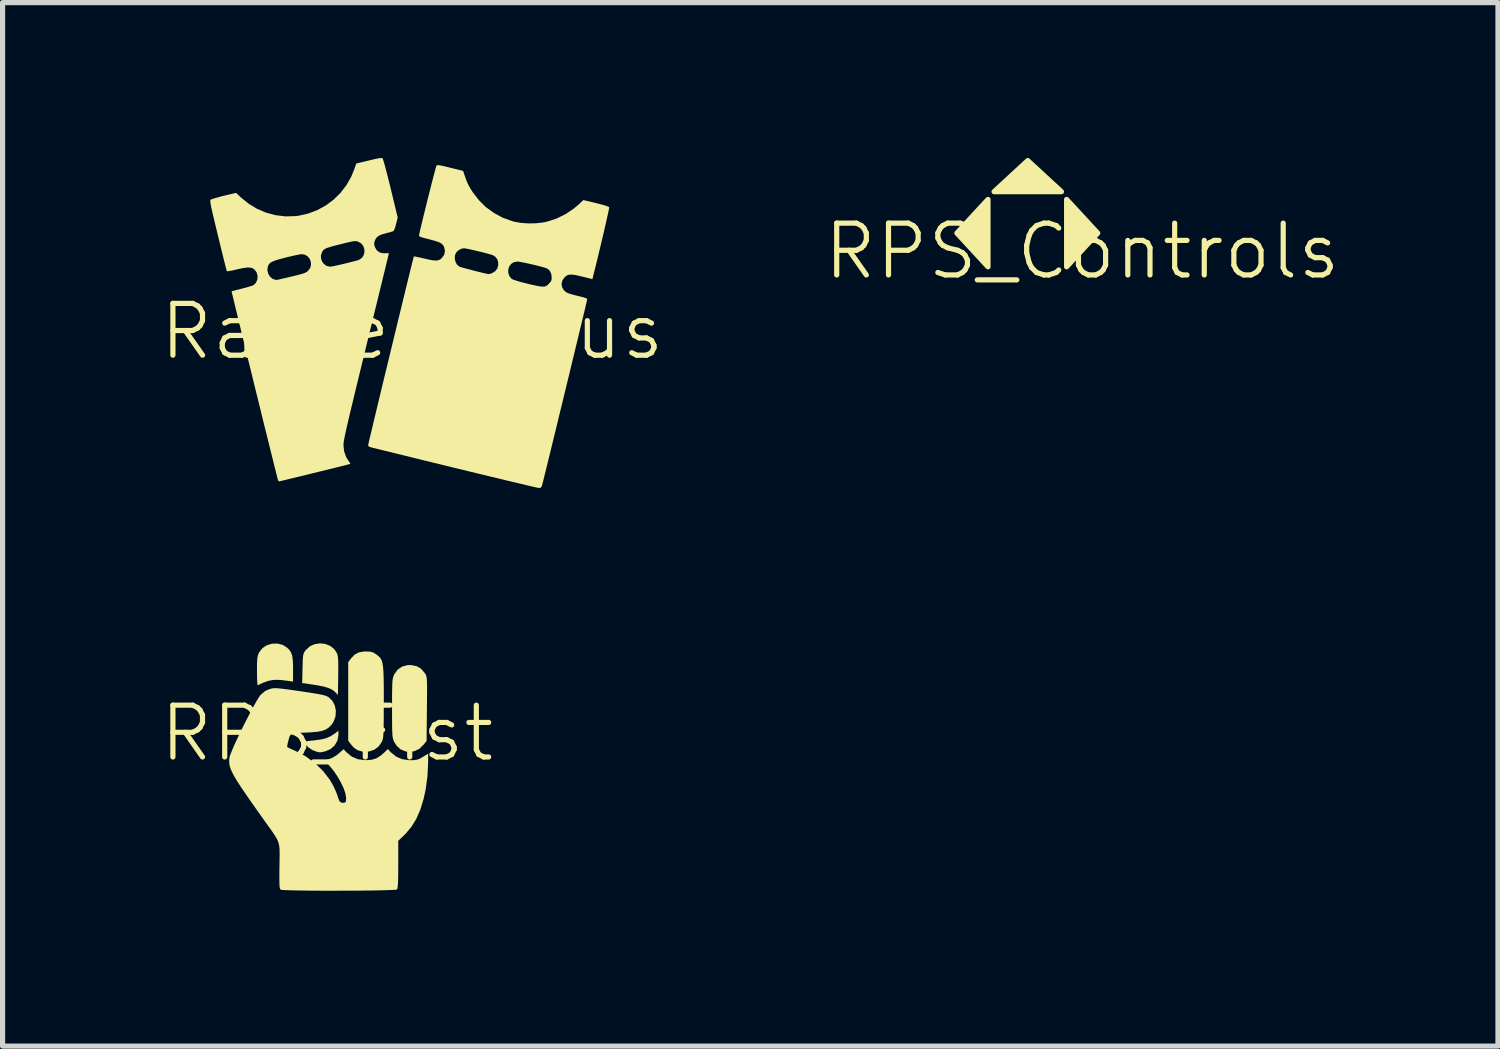
<source format=kicad_pcb>
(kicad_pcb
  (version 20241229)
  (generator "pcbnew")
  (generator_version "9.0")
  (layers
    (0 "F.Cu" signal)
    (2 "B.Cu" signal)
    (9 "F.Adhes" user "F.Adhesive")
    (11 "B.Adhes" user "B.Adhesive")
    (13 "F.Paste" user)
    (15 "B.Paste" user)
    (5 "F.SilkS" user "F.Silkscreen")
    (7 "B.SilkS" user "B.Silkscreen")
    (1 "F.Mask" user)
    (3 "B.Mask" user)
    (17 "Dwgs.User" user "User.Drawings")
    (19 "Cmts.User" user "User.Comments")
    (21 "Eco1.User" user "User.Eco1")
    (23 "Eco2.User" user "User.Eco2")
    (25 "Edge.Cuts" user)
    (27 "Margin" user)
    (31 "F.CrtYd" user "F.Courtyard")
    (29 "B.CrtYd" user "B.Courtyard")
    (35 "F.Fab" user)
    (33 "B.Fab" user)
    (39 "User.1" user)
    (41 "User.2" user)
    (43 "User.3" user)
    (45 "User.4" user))
  (footprint "Raffle Bonus"
    (layer "F.Cu")
    (at 4.907 3.849)
    (property "Reference" "Raffle Bonus" (at 0 -0.5 0) (unlocked yes) (layer "F.SilkS") (effects (font (size 1 1) (thickness 0.1))))
    (attr smd)
    (fp_poly (pts (xy -0.573 -3.844) (xy -0.573 -3.844) (xy -0.565 -3.827) (xy -0.552 -3.785) (xy -0.533 -3.722) (xy -0.511 -3.639) (xy -0.485 -3.54) (xy -0.457 -3.428) (xy -0.426 -3.306) (xy -0.416 -3.264) (xy -0.28 -2.7) (xy -0.31 -2.579) (xy -0.325 -2.522) (xy -0.341 -2.475) (xy -0.355 -2.446) (xy -0.359 -2.441) (xy -0.381 -2.431) (xy -0.424 -2.418) (xy -0.478 -2.404) (xy -0.492 -2.401) (xy -0.58 -2.377) (xy -0.644 -2.349) (xy -0.688 -2.312) (xy -0.717 -2.265) (xy -0.721 -2.253) (xy -0.733 -2.21) (xy -0.733 -2.175) (xy -0.721 -2.133) (xy -0.686 -2.069) (xy -0.633 -2.028) (xy -0.564 -2.01) (xy -0.525 -2.01) (xy -0.483 -2.011) (xy -0.456 -2.011) (xy -0.45 -2.009) (xy -0.453 -1.995) (xy -0.463 -1.955) (xy -0.479 -1.89) (xy -0.5 -1.802) (xy -0.526 -1.694) (xy -0.558 -1.565) (xy -0.593 -1.419) (xy -0.633 -1.256) (xy -0.676 -1.079) (xy -0.723 -0.889) (xy -0.772 -0.687) (xy -0.824 -0.476) (xy -0.877 -0.257) (xy -0.889 -0.209) (xy -0.953 0.055) (xy -1.011 0.293) (xy -1.063 0.506) (xy -1.109 0.696) (xy -1.149 0.864) (xy -1.185 1.011) (xy -1.215 1.139) (xy -1.241 1.25) (xy -1.263 1.345) (xy -1.281 1.425) (xy -1.295 1.491) (xy -1.306 1.546) (xy -1.315 1.591) (xy -1.321 1.627) (xy -1.324 1.655) (xy -1.326 1.677) (xy -1.327 1.693) (xy -1.314 1.814) (xy -1.276 1.922) (xy -1.229 1.999) (xy -1.206 2.031) (xy -1.195 2.052) (xy -1.194 2.056) (xy -1.209 2.06) (xy -1.248 2.07) (xy -1.308 2.086) (xy -1.386 2.105) (xy -1.479 2.128) (xy -1.583 2.154) (xy -1.696 2.182) (xy -1.814 2.211) (xy -1.934 2.24) (xy -2.052 2.269) (xy -2.166 2.297) (xy -2.272 2.323) (xy -2.366 2.345) (xy -2.446 2.365) (xy -2.509 2.38) (xy -2.55 2.389) (xy -2.568 2.393) (xy -2.568 2.393) (xy -2.583 2.383) (xy -2.588 2.375) (xy -2.593 2.36) (xy -2.604 2.319) (xy -2.62 2.254) (xy -2.642 2.168) (xy -2.669 2.062) (xy -2.699 1.938) (xy -2.734 1.798) (xy -2.772 1.645) (xy -2.813 1.479) (xy -2.857 1.304) (xy -2.902 1.121) (xy -2.948 0.932) (xy -2.996 0.739) (xy -3.044 0.544) (xy -3.091 0.35) (xy -3.139 0.157) (xy -3.185 -0.032) (xy -3.23 -0.214) (xy -3.272 -0.389) (xy -3.312 -0.554) (xy -3.35 -0.706) (xy -3.383 -0.845) (xy -3.413 -0.968) (xy -3.438 -1.073) (xy -3.459 -1.158) (xy -3.474 -1.222) (xy -3.483 -1.261) (xy -3.486 -1.275) (xy -3.472 -1.28) (xy -3.435 -1.29) (xy -3.38 -1.304) (xy -3.313 -1.32) (xy -3.289 -1.327) (xy -3.215 -1.346) (xy -3.149 -1.365) (xy -3.097 -1.381) (xy -3.064 -1.394) (xy -3.06 -1.397) (xy -3.016 -1.441) (xy -2.99 -1.501) (xy -2.984 -1.567) (xy -3 -1.632) (xy -3.014 -1.658) (xy -3.023 -1.669) (xy -2.794 -1.669) (xy -2.775 -1.607) (xy -2.74 -1.553) (xy -2.692 -1.515) (xy -2.658 -1.503) (xy -2.631 -1.497) (xy -2.621 -1.495) (xy -2.606 -1.497) (xy -2.567 -1.505) (xy -2.509 -1.519) (xy -2.436 -1.535) (xy -2.353 -1.555) (xy -2.337 -1.559) (xy -2.24 -1.582) (xy -2.167 -1.601) (xy -2.112 -1.617) (xy -2.073 -1.631) (xy -2.045 -1.645) (xy -2.023 -1.659) (xy -2.011 -1.67) (xy -1.97 -1.724) (xy -1.953 -1.785) (xy -1.957 -1.846) (xy -1.979 -1.904) (xy -1.988 -1.914) (xy -1.761 -1.914) (xy -1.741 -1.853) (xy -1.703 -1.802) (xy -1.651 -1.765) (xy -1.586 -1.751) (xy -1.584 -1.751) (xy -1.56 -1.754) (xy -1.514 -1.762) (xy -1.451 -1.776) (xy -1.376 -1.793) (xy -1.312 -1.808) (xy -1.23 -1.828) (xy -1.156 -1.847) (xy -1.093 -1.863) (xy -1.049 -1.875) (xy -1.032 -1.881) (xy -0.976 -1.916) (xy -0.94 -1.966) (xy -0.922 -2.025) (xy -0.924 -2.088) (xy -0.943 -2.147) (xy -0.981 -2.197) (xy -1.038 -2.232) (xy -1.044 -2.234) (xy -1.067 -2.241) (xy -1.089 -2.245) (xy -1.115 -2.244) (xy -1.151 -2.239) (xy -1.201 -2.229) (xy -1.27 -2.213) (xy -1.351 -2.193) (xy -1.459 -2.166) (xy -1.543 -2.144) (xy -1.607 -2.125) (xy -1.653 -2.109) (xy -1.686 -2.093) (xy -1.709 -2.076) (xy -1.726 -2.058) (xy -1.735 -2.043) (xy -1.76 -1.98) (xy -1.761 -1.914) (xy -1.988 -1.914) (xy -2.019 -1.951) (xy -2.073 -1.983) (xy -2.133 -1.993) (xy -2.161 -1.989) (xy -2.212 -1.98) (xy -2.28 -1.966) (xy -2.36 -1.947) (xy -2.44 -1.928) (xy -2.546 -1.9) (xy -2.627 -1.877) (xy -2.687 -1.854) (xy -2.73 -1.832) (xy -2.759 -1.807) (xy -2.778 -1.777) (xy -2.79 -1.741) (xy -2.792 -1.733) (xy -2.794 -1.669) (xy -3.023 -1.669) (xy -3.044 -1.696) (xy -3.08 -1.72) (xy -3.126 -1.733) (xy -3.185 -1.735) (xy -3.262 -1.725) (xy -3.36 -1.704) (xy -3.4 -1.695) (xy -3.466 -1.679) (xy -3.521 -1.669) (xy -3.561 -1.663) (xy -3.578 -1.664) (xy -3.579 -1.664) (xy -3.583 -1.68) (xy -3.594 -1.721) (xy -3.61 -1.784) (xy -3.631 -1.867) (xy -3.656 -1.967) (xy -3.684 -2.081) (xy -3.714 -2.206) (xy -3.747 -2.339) (xy -3.749 -2.349) (xy -3.787 -2.505) (xy -3.818 -2.636) (xy -3.844 -2.743) (xy -3.864 -2.83) (xy -3.879 -2.898) (xy -3.889 -2.95) (xy -3.895 -2.988) (xy -3.898 -3.014) (xy -3.897 -3.031) (xy -3.894 -3.04) (xy -3.892 -3.043) (xy -3.872 -3.053) (xy -3.829 -3.067) (xy -3.768 -3.085) (xy -3.695 -3.105) (xy -3.636 -3.12) (xy -3.401 -3.176) (xy -3.307 -3.088) (xy -3.158 -2.967) (xy -2.995 -2.868) (xy -2.82 -2.794) (xy -2.637 -2.745) (xy -2.449 -2.722) (xy -2.259 -2.727) (xy -2.195 -2.734) (xy -2.009 -2.776) (xy -1.832 -2.843) (xy -1.666 -2.934) (xy -1.516 -3.046) (xy -1.382 -3.178) (xy -1.267 -3.328) (xy -1.174 -3.494) (xy -1.12 -3.627) (xy -1.079 -3.743) (xy -0.836 -3.801) (xy -0.74 -3.824) (xy -0.67 -3.839) (xy -0.62 -3.847) (xy -0.589 -3.849)) (stroke (width 0) (type solid)) (fill yes) (layer "F.SilkS"))
    (fp_poly (pts (xy 0.536 -3.707) (xy 0.587 -3.697) (xy 0.659 -3.68) (xy 0.736 -3.661) (xy 0.983 -3.6) (xy 1.014 -3.507) (xy 1.043 -3.425) (xy 1.07 -3.359) (xy 1.101 -3.299) (xy 1.139 -3.235) (xy 1.169 -3.189) (xy 1.287 -3.035) (xy 1.424 -2.9) (xy 1.58 -2.787) (xy 1.749 -2.696) (xy 1.931 -2.63) (xy 1.973 -2.619) (xy 2.1 -2.596) (xy 2.242 -2.586) (xy 2.388 -2.589) (xy 2.525 -2.604) (xy 2.599 -2.619) (xy 2.784 -2.679) (xy 2.96 -2.765) (xy 3.123 -2.875) (xy 3.224 -2.961) (xy 3.304 -3.037) (xy 3.55 -2.978) (xy 3.653 -2.952) (xy 3.73 -2.93) (xy 3.78 -2.912) (xy 3.802 -2.899) (xy 3.803 -2.897) (xy 3.801 -2.88) (xy 3.793 -2.839) (xy 3.78 -2.775) (xy 3.761 -2.693) (xy 3.739 -2.594) (xy 3.714 -2.483) (xy 3.686 -2.362) (xy 3.655 -2.234) (xy 3.624 -2.102) (xy 3.592 -1.969) (xy 3.56 -1.838) (xy 3.529 -1.712) (xy 3.499 -1.594) (xy 3.492 -1.563) (xy 3.479 -1.511) (xy 3.282 -1.56) (xy 3.187 -1.582) (xy 3.115 -1.595) (xy 3.06 -1.599) (xy 3.018 -1.594) (xy 2.983 -1.579) (xy 2.951 -1.554) (xy 2.941 -1.544) (xy 2.899 -1.485) (xy 2.883 -1.42) (xy 2.893 -1.356) (xy 2.927 -1.297) (xy 2.973 -1.257) (xy 3.004 -1.242) (xy 3.056 -1.224) (xy 3.122 -1.205) (xy 3.194 -1.187) (xy 3.198 -1.186) (xy 3.277 -1.167) (xy 3.331 -1.152) (xy 3.363 -1.139) (xy 3.377 -1.127) (xy 3.379 -1.123) (xy 3.375 -1.107) (xy 3.366 -1.065) (xy 3.35 -0.999) (xy 3.33 -0.912) (xy 3.304 -0.805) (xy 3.274 -0.68) (xy 3.24 -0.54) (xy 3.203 -0.386) (xy 3.163 -0.22) (xy 3.121 -0.044) (xy 3.076 0.139) (xy 3.031 0.328) (xy 2.984 0.52) (xy 2.937 0.714) (xy 2.89 0.908) (xy 2.843 1.099) (xy 2.798 1.286) (xy 2.754 1.466) (xy 2.712 1.638) (xy 2.673 1.8) (xy 2.636 1.949) (xy 2.603 2.083) (xy 2.574 2.202) (xy 2.549 2.301) (xy 2.53 2.381) (xy 2.515 2.437) (xy 2.507 2.469) (xy 2.505 2.475) (xy 2.491 2.507) (xy 2.469 2.519) (xy 2.445 2.52) (xy 2.426 2.517) (xy 2.38 2.507) (xy 2.31 2.491) (xy 2.218 2.47) (xy 2.106 2.443) (xy 1.975 2.412) (xy 1.826 2.377) (xy 1.663 2.337) (xy 1.486 2.295) (xy 1.298 2.249) (xy 1.1 2.201) (xy 0.894 2.151) (xy 0.807 2.13) (xy 0.599 2.079) (xy 0.398 2.03) (xy 0.206 1.983) (xy 0.025 1.938) (xy -0.143 1.897) (xy -0.297 1.859) (xy -0.434 1.825) (xy -0.554 1.796) (xy -0.653 1.771) (xy -0.73 1.752) (xy -0.785 1.739) (xy -0.814 1.731) (xy -0.818 1.73) (xy -0.843 1.713) (xy -0.851 1.695) (xy -0.847 1.679) (xy -0.838 1.638) (xy -0.823 1.572) (xy -0.802 1.485) (xy -0.776 1.378) (xy -0.747 1.253) (xy -0.713 1.113) (xy -0.676 0.959) (xy -0.636 0.793) (xy -0.594 0.617) (xy -0.55 0.433) (xy -0.504 0.244) (xy -0.457 0.051) (xy -0.41 -0.144) (xy -0.363 -0.339) (xy -0.316 -0.531) (xy -0.271 -0.72) (xy -0.226 -0.902) (xy -0.184 -1.076) (xy -0.144 -1.24) (xy -0.107 -1.392) (xy -0.073 -1.53) (xy -0.043 -1.652) (xy -0.018 -1.755) (xy 0.003 -1.839) (xy 0.019 -1.9) (xy 0.028 -1.938) (xy 0.032 -1.949) (xy 0.046 -1.948) (xy 0.084 -1.941) (xy 0.139 -1.93) (xy 0.206 -1.914) (xy 0.233 -1.908) (xy 0.33 -1.886) (xy 0.404 -1.873) (xy 0.46 -1.869) (xy 0.504 -1.875) (xy 0.539 -1.891) (xy 0.566 -1.912) (xy 0.821 -1.912) (xy 0.834 -1.849) (xy 0.862 -1.794) (xy 0.905 -1.756) (xy 0.908 -1.754) (xy 0.931 -1.746) (xy 0.976 -1.732) (xy 1.038 -1.715) (xy 1.111 -1.696) (xy 1.189 -1.675) (xy 1.268 -1.655) (xy 1.341 -1.637) (xy 1.404 -1.622) (xy 1.45 -1.612) (xy 1.475 -1.608) (xy 1.475 -1.608) (xy 1.498 -1.612) (xy 1.536 -1.625) (xy 1.549 -1.63) (xy 1.559 -1.636) (xy 1.854 -1.636) (xy 1.873 -1.575) (xy 1.916 -1.519) (xy 1.918 -1.517) (xy 1.942 -1.505) (xy 1.989 -1.488) (xy 2.052 -1.468) (xy 2.128 -1.447) (xy 2.21 -1.426) (xy 2.292 -1.406) (xy 2.37 -1.389) (xy 2.438 -1.375) (xy 2.491 -1.367) (xy 2.512 -1.366) (xy 2.556 -1.367) (xy 2.587 -1.377) (xy 2.618 -1.401) (xy 2.637 -1.42) (xy 2.67 -1.456) (xy 2.687 -1.487) (xy 2.692 -1.524) (xy 2.693 -1.545) (xy 2.683 -1.617) (xy 2.654 -1.675) (xy 2.609 -1.713) (xy 2.598 -1.719) (xy 2.557 -1.732) (xy 2.496 -1.75) (xy 2.422 -1.769) (xy 2.34 -1.789) (xy 2.256 -1.808) (xy 2.177 -1.825) (xy 2.108 -1.839) (xy 2.056 -1.848) (xy 2.029 -1.85) (xy 1.963 -1.838) (xy 1.911 -1.805) (xy 1.874 -1.757) (xy 1.855 -1.699) (xy 1.854 -1.636) (xy 1.559 -1.636) (xy 1.605 -1.666) (xy 1.643 -1.716) (xy 1.661 -1.776) (xy 1.66 -1.838) (xy 1.641 -1.897) (xy 1.601 -1.946) (xy 1.561 -1.971) (xy 1.53 -1.982) (xy 1.479 -1.997) (xy 1.411 -2.015) (xy 1.334 -2.035) (xy 1.253 -2.054) (xy 1.174 -2.073) (xy 1.103 -2.088) (xy 1.045 -2.1) (xy 1.007 -2.106) (xy 0.998 -2.107) (xy 0.943 -2.095) (xy 0.888 -2.063) (xy 0.851 -2.027) (xy 0.826 -1.974) (xy 0.821 -1.912) (xy 0.566 -1.912) (xy 0.572 -1.917) (xy 0.577 -1.923) (xy 0.618 -1.982) (xy 0.632 -2.05) (xy 0.622 -2.111) (xy 0.607 -2.15) (xy 0.584 -2.18) (xy 0.552 -2.206) (xy 0.504 -2.228) (xy 0.438 -2.25) (xy 0.348 -2.274) (xy 0.331 -2.279) (xy 0.252 -2.299) (xy 0.196 -2.314) (xy 0.161 -2.326) (xy 0.141 -2.337) (xy 0.133 -2.347) (xy 0.133 -2.357) (xy 0.139 -2.39) (xy 0.151 -2.446) (xy 0.169 -2.52) (xy 0.19 -2.609) (xy 0.215 -2.712) (xy 0.242 -2.823) (xy 0.271 -2.94) (xy 0.3 -3.059) (xy 0.33 -3.177) (xy 0.359 -3.291) (xy 0.386 -3.398) (xy 0.411 -3.494) (xy 0.433 -3.576) (xy 0.45 -3.64) (xy 0.463 -3.684) (xy 0.47 -3.704) (xy 0.47 -3.704) (xy 0.481 -3.71) (xy 0.502 -3.711)) (stroke (width 0) (type solid)) (fill yes) (layer "F.SilkS")))
  (footprint "RPS_Fist"
    (layer "F.Cu")
    (at 3.264 11.605)
    (property "Reference" "RPS_Fist" (at 0 -0.5 0) (unlocked yes) (layer "F.SilkS") (effects (font (size 1 1) (thickness 0.1))))
    (attr smd)
    (fp_poly (pts (xy 0.219 -0.467) (xy 0.201 -0.361) (xy 0.148 -0.268) (xy 0.069 -0.196) (xy -0.033 -0.152) (xy -0.04 -0.15) (xy -0.095 -0.138) (xy -0.132 -0.132) (xy -0.139 -0.131) (xy -0.164 -0.136) (xy -0.209 -0.147) (xy -0.211 -0.148) (xy -0.284 -0.176) (xy -0.354 -0.221) (xy -0.407 -0.272) (xy -0.419 -0.291) (xy -0.434 -0.325) (xy -0.434 -0.338) (xy -0.412 -0.343) (xy -0.36 -0.351) (xy -0.286 -0.359) (xy -0.235 -0.365) (xy -0.114 -0.381) (xy -0.02 -0.404) (xy 0.061 -0.439) (xy 0.14 -0.489) (xy 0.155 -0.5) (xy 0.219 -0.549)) (stroke (width 0) (type solid)) (fill yes) (layer "F.SilkS"))
    (fp_poly (pts (xy -0.857 -2.206) (xy -0.774 -2.154) (xy -0.728 -2.108) (xy -0.695 -2.058) (xy -0.674 -1.995) (xy -0.662 -1.913) (xy -0.657 -1.803) (xy -0.657 -1.739) (xy -0.657 -1.497) (xy -0.771 -1.514) (xy -0.909 -1.53) (xy -1.024 -1.531) (xy -1.127 -1.514) (xy -1.233 -1.477) (xy -1.338 -1.427) (xy -1.344 -1.443) (xy -1.348 -1.492) (xy -1.352 -1.567) (xy -1.353 -1.661) (xy -1.353 -1.7) (xy -1.353 -1.817) (xy -1.35 -1.902) (xy -1.344 -1.963) (xy -1.334 -2.009) (xy -1.32 -2.046) (xy -1.314 -2.058) (xy -1.251 -2.141) (xy -1.165 -2.198) (xy -1.065 -2.229) (xy -0.959 -2.232)) (stroke (width 0) (type solid)) (fill yes) (layer "F.SilkS"))
    (fp_poly (pts (xy -0.034 -2.224) (xy 0.062 -2.186) (xy 0.141 -2.121) (xy 0.187 -2.052) (xy 0.199 -2.021) (xy 0.207 -1.982) (xy 0.213 -1.928) (xy 0.216 -1.854) (xy 0.216 -1.753) (xy 0.215 -1.619) (xy 0.215 -1.611) (xy 0.209 -1.239) (xy 0.169 -1.283) (xy 0.116 -1.33) (xy 0.045 -1.367) (xy -0.05 -1.398) (xy -0.175 -1.424) (xy -0.247 -1.435) (xy -0.481 -1.47) (xy -0.474 -1.752) (xy -0.471 -1.863) (xy -0.468 -1.943) (xy -0.462 -1.998) (xy -0.453 -2.037) (xy -0.439 -2.068) (xy -0.419 -2.097) (xy -0.413 -2.104) (xy -0.335 -2.177) (xy -0.241 -2.22) (xy -0.137 -2.236)) (stroke (width 0) (type solid)) (fill yes) (layer "F.SilkS"))
    (fp_poly (pts (xy 0.829 -2.076) (xy 0.886 -2.061) (xy 0.94 -2.029) (xy 0.95 -2.022) (xy 0.986 -1.994) (xy 1.015 -1.967) (xy 1.039 -1.936) (xy 1.058 -1.896) (xy 1.071 -1.844) (xy 1.081 -1.775) (xy 1.088 -1.686) (xy 1.092 -1.573) (xy 1.094 -1.43) (xy 1.095 -1.255) (xy 1.095 -1.109) (xy 1.094 -0.923) (xy 1.094 -0.772) (xy 1.092 -0.653) (xy 1.09 -0.56) (xy 1.087 -0.489) (xy 1.083 -0.436) (xy 1.077 -0.397) (xy 1.069 -0.367) (xy 1.06 -0.341) (xy 1.056 -0.334) (xy 0.995 -0.245) (xy 0.909 -0.181) (xy 0.805 -0.147) (xy 0.692 -0.145) (xy 0.677 -0.148) (xy 0.587 -0.174) (xy 0.518 -0.221) (xy 0.464 -0.282) (xy 0.408 -0.355) (xy 0.408 -1.114) (xy 0.408 -1.874) (xy 0.464 -1.947) (xy 0.533 -2.019) (xy 0.612 -2.061) (xy 0.711 -2.078) (xy 0.753 -2.079)) (stroke (width 0) (type solid)) (fill yes) (layer "F.SilkS"))
    (fp_poly (pts (xy 1.729 -1.795) (xy 1.811 -1.748) (xy 1.882 -1.668) (xy 1.887 -1.66) (xy 1.9 -1.641) (xy 1.91 -1.621) (xy 1.918 -1.596) (xy 1.923 -1.562) (xy 1.927 -1.513) (xy 1.929 -1.446) (xy 1.93 -1.356) (xy 1.929 -1.238) (xy 1.928 -1.087) (xy 1.927 -0.974) (xy 1.921 -0.354) (xy 1.865 -0.281) (xy 1.78 -0.199) (xy 1.679 -0.152) (xy 1.568 -0.142) (xy 1.516 -0.149) (xy 1.418 -0.189) (xy 1.341 -0.261) (xy 1.299 -0.328) (xy 1.286 -0.355) (xy 1.276 -0.382) (xy 1.268 -0.415) (xy 1.262 -0.457) (xy 1.259 -0.515) (xy 1.256 -0.593) (xy 1.255 -0.696) (xy 1.254 -0.83) (xy 1.254 -0.983) (xy 1.254 -1.149) (xy 1.255 -1.28) (xy 1.257 -1.382) (xy 1.259 -1.458) (xy 1.263 -1.515) (xy 1.269 -1.557) (xy 1.277 -1.59) (xy 1.288 -1.617) (xy 1.296 -1.636) (xy 1.361 -1.727) (xy 1.449 -1.788) (xy 1.556 -1.816) (xy 1.624 -1.816)) (stroke (width 0) (type solid)) (fill yes) (layer "F.SilkS"))
    (fp_poly (pts (xy -0.946 -1.368) (xy -0.876 -1.361) (xy -0.782 -1.349) (xy -0.658 -1.332) (xy -0.588 -1.322) (xy -0.425 -1.298) (xy -0.296 -1.278) (xy -0.197 -1.262) (xy -0.123 -1.248) (xy -0.068 -1.236) (xy -0.028 -1.224) (xy 0.001 -1.212) (xy 0.026 -1.198) (xy 0.03 -1.195) (xy 0.103 -1.125) (xy 0.15 -1.034) (xy 0.17 -0.93) (xy 0.162 -0.822) (xy 0.124 -0.721) (xy 0.087 -0.666) (xy 0.035 -0.613) (xy -0.023 -0.574) (xy -0.094 -0.547) (xy -0.186 -0.529) (xy -0.306 -0.519) (xy -0.373 -0.515) (xy -0.495 -0.51) (xy -0.584 -0.505) (xy -0.645 -0.497) (xy -0.684 -0.485) (xy -0.709 -0.465) (xy -0.725 -0.435) (xy -0.738 -0.393) (xy -0.745 -0.366) (xy -0.761 -0.302) (xy -0.77 -0.254) (xy -0.769 -0.234) (xy -0.747 -0.222) (xy -0.698 -0.198) (xy -0.631 -0.168) (xy -0.609 -0.159) (xy -0.413 -0.055) (xy -0.232 0.078) (xy -0.073 0.233) (xy 0.057 0.404) (xy 0.119 0.512) (xy 0.157 0.593) (xy 0.188 0.668) (xy 0.208 0.726) (xy 0.211 0.737) (xy 0.235 0.806) (xy 0.275 0.84) (xy 0.323 0.843) (xy 0.35 0.835) (xy 0.364 0.812) (xy 0.367 0.765) (xy 0.367 0.742) (xy 0.354 0.662) (xy 0.319 0.561) (xy 0.266 0.449) (xy 0.201 0.334) (xy 0.128 0.227) (xy 0.066 0.151) (xy 0.016 0.095) (xy -0.02 0.05) (xy -0.037 0.026) (xy -0.037 0.023) (xy -0.015 0.015) (xy 0.031 0.000464) (xy 0.052 -0.006) (xy 0.113 -0.032) (xy 0.183 -0.076) (xy 0.226 -0.111) (xy 0.319 -0.192) (xy 0.374 -0.133) (xy 0.477 -0.049) (xy 0.598 0.002) (xy 0.739 0.019) (xy 0.747 0.019) (xy 0.86 0.012) (xy 0.952 -0.016) (xy 1.037 -0.07) (xy 1.099 -0.124) (xy 1.173 -0.195) (xy 1.229 -0.134) (xy 1.332 -0.05) (xy 1.451 0.001) (xy 1.591 0.02) (xy 1.604 0.02) (xy 1.685 0.018) (xy 1.744 0.008) (xy 1.797 -0.013) (xy 1.848 -0.043) (xy 1.951 -0.107) (xy 1.951 0.056) (xy 1.938 0.324) (xy 1.903 0.586) (xy 1.863 0.767) (xy 1.8 0.974) (xy 1.724 1.149) (xy 1.632 1.3) (xy 1.52 1.435) (xy 1.482 1.472) (xy 1.374 1.576) (xy 1.374 2.034) (xy 1.373 2.197) (xy 1.371 2.323) (xy 1.367 2.415) (xy 1.361 2.476) (xy 1.354 2.509) (xy 1.35 2.515) (xy 1.326 2.52) (xy 1.266 2.524) (xy 1.176 2.528) (xy 1.058 2.531) (xy 0.919 2.534) (xy 0.762 2.536) (xy 0.592 2.538) (xy 0.413 2.539) (xy 0.229 2.539) (xy 0.045 2.54) (xy -0.134 2.539) (xy -0.304 2.538) (xy -0.462 2.536) (xy -0.601 2.534) (xy -0.719 2.531) (xy -0.81 2.528) (xy -0.871 2.524) (xy -0.896 2.519) (xy -0.905 2.508) (xy -0.913 2.485) (xy -0.918 2.445) (xy -0.92 2.383) (xy -0.921 2.295) (xy -0.921 2.176) (xy -0.919 2.067) (xy -0.917 1.926) (xy -0.916 1.817) (xy -0.918 1.73) (xy -0.926 1.66) (xy -0.943 1.598) (xy -0.97 1.537) (xy -1.011 1.469) (xy -1.066 1.387) (xy -1.14 1.284) (xy -1.194 1.209) (xy -1.341 1.002) (xy -1.467 0.823) (xy -1.572 0.671) (xy -1.66 0.542) (xy -1.73 0.434) (xy -1.785 0.343) (xy -1.826 0.267) (xy -1.856 0.203) (xy -1.875 0.147) (xy -1.886 0.097) (xy -1.89 0.05) (xy -1.888 0.003) (xy -1.885 -0.025) (xy -1.873 -0.072) (xy -1.844 -0.147) (xy -1.802 -0.247) (xy -1.749 -0.363) (xy -1.688 -0.492) (xy -1.623 -0.626) (xy -1.555 -0.761) (xy -1.488 -0.89) (xy -1.425 -1.008) (xy -1.369 -1.109) (xy -1.321 -1.188) (xy -1.286 -1.238) (xy -1.282 -1.242) (xy -1.197 -1.315) (xy -1.109 -1.353) (xy -1.073 -1.362) (xy -1.038 -1.369) (xy -0.998 -1.371)) (stroke (width 0) (type solid)) (fill yes) (layer "F.SilkS")))
  (footprint "RPS_Controls"
    (layer "F.Cu")
    (at 17.84 2.3)
    (property "Reference" "RPS_Controls" (at 0 -0.5 0) (unlocked yes) (layer "F.SilkS") (effects (font (size 1 1) (thickness 0.1))))
    (attr smd)
    (fp_poly (pts (xy -2.418 -0.85) (xy -1.818 -1.5) (xy -1.818 -0.2)) (stroke (width 0.1) (type solid)) (fill yes) (layer "F.SilkS"))
    (fp_poly (pts (xy -1.05 -2.25) (xy -1.7 -1.65) (xy -0.4 -1.65)) (stroke (width 0.1) (type solid)) (fill yes) (layer "F.SilkS"))
    (fp_poly (pts (xy 0.3 -0.85) (xy -0.3 -0.2) (xy -0.3 -1.5)) (stroke (width 0.1) (type solid)) (fill yes) (layer "F.SilkS")))
  (gr_rect
    (start -3 -3)
    (end 25.867 17.144)
    (stroke (width 0.1) (type default))
    (fill no)
    (layer "Edge.Cuts")))
</source>
